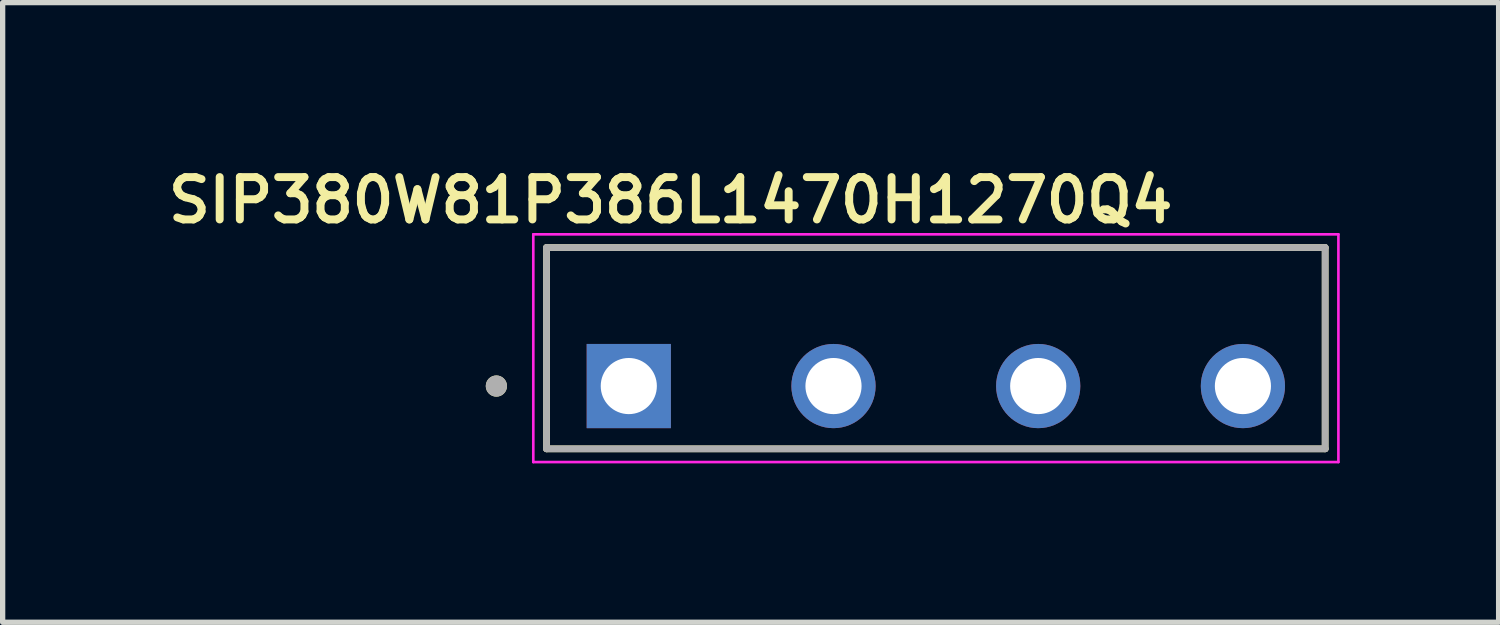
<source format=kicad_pcb>
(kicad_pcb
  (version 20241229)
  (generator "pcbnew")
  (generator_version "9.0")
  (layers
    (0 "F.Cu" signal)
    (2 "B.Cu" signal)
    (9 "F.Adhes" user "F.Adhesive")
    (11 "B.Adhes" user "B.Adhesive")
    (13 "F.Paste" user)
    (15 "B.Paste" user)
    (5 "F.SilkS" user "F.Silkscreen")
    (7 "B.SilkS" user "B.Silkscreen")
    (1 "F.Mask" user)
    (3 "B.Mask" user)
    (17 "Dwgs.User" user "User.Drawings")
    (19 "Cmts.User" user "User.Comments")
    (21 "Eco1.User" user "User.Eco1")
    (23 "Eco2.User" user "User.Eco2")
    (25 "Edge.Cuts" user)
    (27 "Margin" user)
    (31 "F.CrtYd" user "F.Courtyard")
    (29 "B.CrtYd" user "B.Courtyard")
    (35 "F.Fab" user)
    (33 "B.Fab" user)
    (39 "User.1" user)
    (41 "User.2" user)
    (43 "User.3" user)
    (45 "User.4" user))
  (footprint "SIP380W81P386L1470H1270Q4"
    (layer "F.Cu")
    (at 8.822 4.239)
    (property "Reference" "SIP380W81P386L1470H1270Q4" (at 0.79 -3.508 0) (layer "F.SilkS") (effects (font (size 0.8 0.8) (thickness 0.15))))
    (attr through_hole)
    (fp_line (start -1.553 -2.615) (end -1.553 1.185) (stroke (width 0.127) (type solid)) (layer "F.SilkS"))
    (fp_line (start -1.553 1.185) (end 13.148 1.185) (stroke (width 0.127) (type solid)) (layer "F.SilkS"))
    (fp_line (start 13.148 -2.615) (end -1.553 -2.615) (stroke (width 0.127) (type solid)) (layer "F.SilkS"))
    (fp_line (start 13.148 1.185) (end 13.148 -2.615) (stroke (width 0.127) (type solid)) (layer "F.SilkS"))
    (fp_circle (center -2.5 0) (end -2.4 0) (stroke (width 0.2) (type solid)) (fill no) (layer "F.SilkS"))
    (fp_line (start -1.803 -2.865) (end 13.398 -2.865) (stroke (width 0.05) (type solid)) (layer "F.CrtYd"))
    (fp_line (start -1.803 1.435) (end -1.803 -2.865) (stroke (width 0.05) (type solid)) (layer "F.CrtYd"))
    (fp_line (start 13.398 -2.865) (end 13.398 1.435) (stroke (width 0.05) (type solid)) (layer "F.CrtYd"))
    (fp_line (start 13.398 1.435) (end -1.803 1.435) (stroke (width 0.05) (type solid)) (layer "F.CrtYd"))
    (fp_line (start -1.553 -2.615) (end -1.553 1.185) (stroke (width 0.127) (type solid)) (layer "F.Fab"))
    (fp_line (start -1.553 1.185) (end 13.148 1.185) (stroke (width 0.127) (type solid)) (layer "F.Fab"))
    (fp_line (start 13.148 -2.615) (end -1.553 -2.615) (stroke (width 0.127) (type solid)) (layer "F.Fab"))
    (fp_line (start 13.148 1.185) (end 13.148 -2.615) (stroke (width 0.127) (type solid)) (layer "F.Fab"))
    (fp_circle (center -2.5 0) (end -2.4 0) (stroke (width 0.2) (type solid)) (fill no) (layer "F.Fab"))
    (pad "1" thru_hole rect (at 0 0) (size 1.59 1.59) (drill 1.06) (layers "*.Cu" "*.Mask"))
    (pad "2" thru_hole circle (at 3.865 0) (size 1.59 1.59) (drill 1.06) (layers "*.Cu" "*.Mask"))
    (pad "3" thru_hole circle (at 7.73 0) (size 1.59 1.59) (drill 1.06) (layers "*.Cu" "*.Mask"))
    (pad "4" thru_hole circle (at 11.595 0) (size 1.59 1.59) (drill 1.06) (layers "*.Cu" "*.Mask")))
  (gr_rect
    (start -3 -3)
    (end 25.245 8.699)
    (stroke (width 0.1) (type default))
    (fill no)
    (layer "Edge.Cuts")))
</source>
